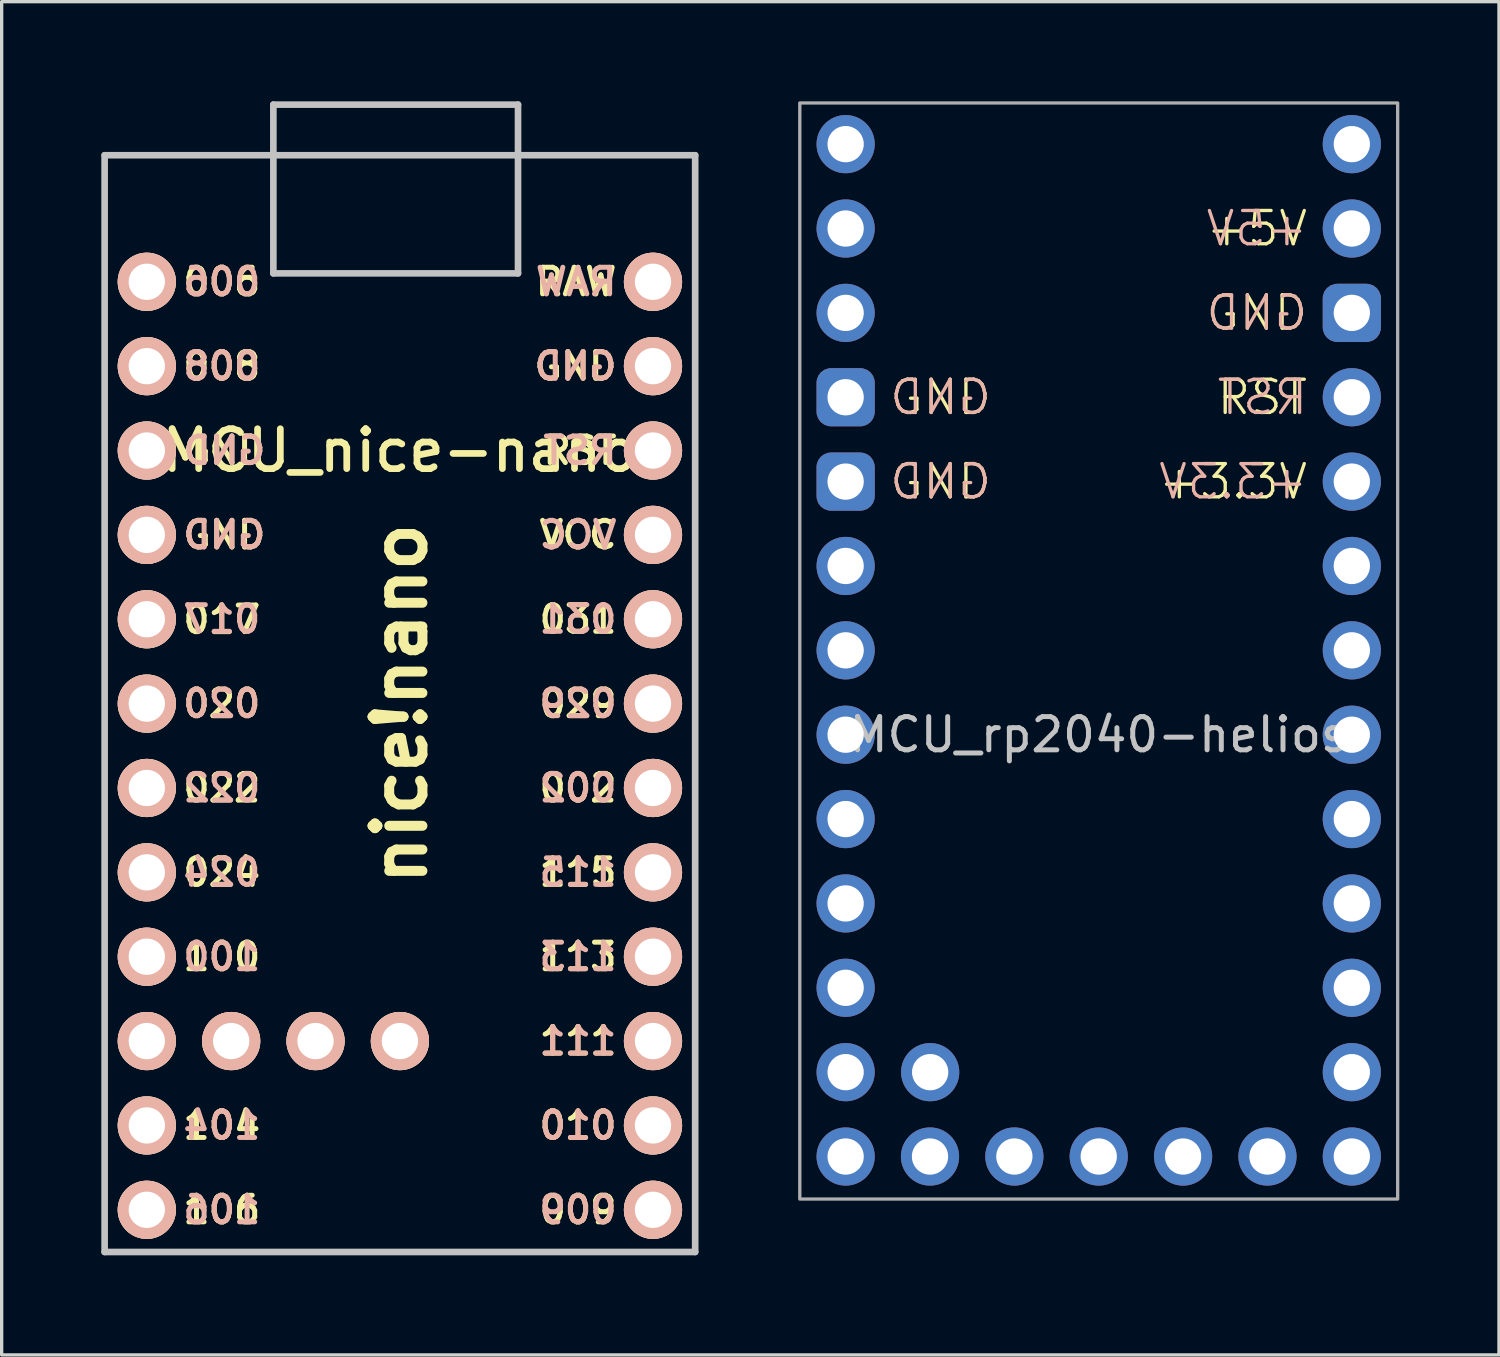
<source format=kicad_pcb>
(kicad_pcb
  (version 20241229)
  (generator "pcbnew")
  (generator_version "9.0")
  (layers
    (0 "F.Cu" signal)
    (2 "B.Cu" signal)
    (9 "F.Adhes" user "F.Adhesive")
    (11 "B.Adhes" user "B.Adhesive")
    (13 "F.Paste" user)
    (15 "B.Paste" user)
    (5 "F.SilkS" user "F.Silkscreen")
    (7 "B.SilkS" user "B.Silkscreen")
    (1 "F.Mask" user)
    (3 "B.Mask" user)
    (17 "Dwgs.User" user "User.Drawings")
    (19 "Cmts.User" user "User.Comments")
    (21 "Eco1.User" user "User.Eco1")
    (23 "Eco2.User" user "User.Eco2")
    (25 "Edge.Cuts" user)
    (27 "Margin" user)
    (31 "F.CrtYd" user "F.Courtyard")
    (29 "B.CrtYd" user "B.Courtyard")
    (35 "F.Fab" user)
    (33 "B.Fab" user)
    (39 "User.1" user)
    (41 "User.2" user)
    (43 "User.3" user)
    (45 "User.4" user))
  (footprint "MCU_rp2040-helios"
    (layer "F.Cu")
    (at 30.03 17.8)
    (property "Reference" "MCU_rp2040-helios" (at 0 1.27 0) (layer "Dwgs.User") (effects (font (size 1 1) (thickness 0.15))))
    (fp_rect (start -9 -17.75) (end 9 15.25) (stroke (width 0.1) (type default)) (fill no) (layer "F.Fab"))
    (fp_text user "+3.3V" (at 6.35 -6.35 0) (unlocked yes) (layer "F.SilkS") (effects (font (size 1 1) (thickness 0.1)) (justify right)))
    (fp_text user "GND" (at -6.35 -6.35 0) (unlocked yes) (layer "F.SilkS") (effects (font (size 1 1) (thickness 0.1)) (justify left)))
    (fp_text user "+5V" (at 6.35 -13.97 0) (unlocked yes) (layer "F.SilkS") (effects (font (size 1 1) (thickness 0.1)) (justify right)))
    (fp_text user "GND" (at -6.35 -8.89 0) (unlocked yes) (layer "F.SilkS") (effects (font (size 1 1) (thickness 0.1)) (justify left)))
    (fp_text user "GND" (at 6.35 -11.43 0) (unlocked yes) (layer "F.SilkS") (effects (font (size 1 1) (thickness 0.1)) (justify right)))
    (fp_text user "RST" (at 6.35 -8.89 0) (unlocked yes) (layer "F.SilkS") (effects (font (size 1 1) (thickness 0.1)) (justify right)))
    (fp_text user "RST" (at 6.35 -8.89 0) (unlocked yes) (layer "B.SilkS") (effects (font (size 1 1) (thickness 0.1)) (justify left mirror)))
    (fp_text user "+3.3V" (at 6.35 -6.35 0) (unlocked yes) (layer "B.SilkS") (effects (font (size 1 1) (thickness 0.1)) (justify left mirror)))
    (fp_text user "GND" (at 6.35 -11.43 0) (unlocked yes) (layer "B.SilkS") (effects (font (size 1 1) (thickness 0.1)) (justify left mirror)))
    (fp_text user "+5V" (at 6.35 -13.97 0) (unlocked yes) (layer "B.SilkS") (effects (font (size 1 1) (thickness 0.1)) (justify left mirror)))
    (fp_text user "GND" (at -6.35 -8.89 0) (unlocked yes) (layer "B.SilkS") (effects (font (size 1 1) (thickness 0.1)) (justify right mirror)))
    (fp_text user "GND" (at -6.35 -6.35 0) (unlocked yes) (layer "B.SilkS") (effects (font (size 1 1) (thickness 0.1)) (justify right mirror)))
    (pad "1" thru_hole circle (at -7.62 -16.51 270) (size 1.753 1.753) (drill 1.092) (layers "*.Cu" "*.Mask"))
    (pad "2" thru_hole circle (at -7.62 -13.97 270) (size 1.753 1.753) (drill 1.092) (layers "*.Cu" "*.Mask"))
    (pad "3" thru_hole circle (at -7.62 -11.43 270) (size 1.753 1.753) (drill 1.092) (layers "*.Cu" "*.Mask"))
    (pad "4" thru_hole roundrect (at -7.62 -8.89 270) (size 1.753 1.753) (drill 1.092) (layers "*.Cu" "*.Mask") (roundrect_rratio 0.25))
    (pad "5" thru_hole roundrect (at -7.62 -6.35 270) (size 1.753 1.753) (drill 1.092) (layers "*.Cu" "*.Mask") (roundrect_rratio 0.25))
    (pad "6" thru_hole circle (at -7.62 -3.81 270) (size 1.753 1.753) (drill 1.092) (layers "*.Cu" "*.Mask"))
    (pad "7" thru_hole circle (at -7.62 -1.27 270) (size 1.753 1.753) (drill 1.092) (layers "*.Cu" "*.Mask"))
    (pad "8" thru_hole circle (at -7.62 1.27 270) (size 1.753 1.753) (drill 1.092) (layers "*.Cu" "*.Mask"))
    (pad "9" thru_hole circle (at -7.62 3.81 270) (size 1.753 1.753) (drill 1.092) (layers "*.Cu" "*.Mask"))
    (pad "10" thru_hole circle (at -7.62 6.35 270) (size 1.753 1.753) (drill 1.092) (layers "*.Cu" "*.Mask"))
    (pad "11" thru_hole circle (at -7.62 8.89 270) (size 1.753 1.753) (drill 1.092) (layers "*.Cu" "*.Mask"))
    (pad "12" thru_hole circle (at -7.62 11.43 270) (size 1.753 1.753) (drill 1.092) (layers "*.Cu" "*.Mask"))
    (pad "13" thru_hole circle (at -7.62 13.97 270) (size 1.753 1.753) (drill 1.092) (layers "*.Cu" "*.Mask"))
    (pad "14" thru_hole circle (at -5.08 13.97 270) (size 1.753 1.753) (drill 1.092) (layers "*.Cu" "*.Mask"))
    (pad "15" thru_hole circle (at -2.54 13.97 270) (size 1.753 1.753) (drill 1.092) (layers "*.Cu" "*.Mask"))
    (pad "16" thru_hole circle (at 0 13.97 270) (size 1.753 1.753) (drill 1.092) (layers "*.Cu" "*.Mask"))
    (pad "17" thru_hole circle (at 2.54 13.97 270) (size 1.753 1.753) (drill 1.092) (layers "*.Cu" "*.Mask"))
    (pad "18" thru_hole circle (at 5.08 13.97 270) (size 1.753 1.753) (drill 1.092) (layers "*.Cu" "*.Mask"))
    (pad "19" thru_hole circle (at 7.62 13.97 270) (size 1.753 1.753) (drill 1.092) (layers "*.Cu" "*.Mask"))
    (pad "20" thru_hole circle (at 7.62 11.43 270) (size 1.753 1.753) (drill 1.092) (layers "*.Cu" "*.Mask"))
    (pad "21" thru_hole circle (at 7.62 8.89 270) (size 1.753 1.753) (drill 1.092) (layers "*.Cu" "*.Mask"))
    (pad "22" thru_hole circle (at 7.62 6.35 270) (size 1.753 1.753) (drill 1.092) (layers "*.Cu" "*.Mask"))
    (pad "23" thru_hole circle (at 7.62 3.81 270) (size 1.753 1.753) (drill 1.092) (layers "*.Cu" "*.Mask"))
    (pad "24" thru_hole circle (at 7.62 1.27 270) (size 1.753 1.753) (drill 1.092) (layers "*.Cu" "*.Mask"))
    (pad "25" thru_hole circle (at 7.62 -1.27 270) (size 1.753 1.753) (drill 1.092) (layers "*.Cu" "*.Mask"))
    (pad "26" thru_hole circle (at 7.62 -3.81 270) (size 1.753 1.753) (drill 1.092) (layers "*.Cu" "*.Mask"))
    (pad "27" thru_hole circle (at 7.62 -6.35 270) (size 1.753 1.753) (drill 1.092) (layers "*.Cu" "*.Mask"))
    (pad "28" thru_hole circle (at 7.62 -8.89 270) (size 1.753 1.753) (drill 1.092) (layers "*.Cu" "*.Mask"))
    (pad "29" thru_hole roundrect (at 7.62 -11.43 270) (size 1.753 1.753) (drill 1.092) (layers "*.Cu" "*.Mask") (roundrect_rratio 0.25))
    (pad "30" thru_hole circle (at 7.62 -13.97 270) (size 1.753 1.753) (drill 1.092) (layers "*.Cu" "*.Mask"))
    (pad "31" thru_hole circle (at 7.62 -16.51 270) (size 1.753 1.753) (drill 1.092) (layers "*.Cu" "*.Mask"))
    (pad "32" thru_hole circle (at -5.075 11.43 270) (size 1.753 1.753) (drill 1.092) (layers "*.Cu" "*.Mask")))
  (footprint "MCU_nice-nano"
    (layer "F.Cu")
    (at 8.99 18.134)
    (property "Reference" "MCU_nice-nano" (at 0 -7.62 0) (layer "F.SilkS") (effects (font (size 1.2 1.2) (thickness 0.203))))
    (attr through_hole)
    (fp_line (start -8.89 -16.51) (end -8.89 16.51) (stroke (width 0.2) (type solid)) (layer "Dwgs.User"))
    (fp_line (start -8.89 16.51) (end 8.89 16.51) (stroke (width 0.2) (type solid)) (layer "Dwgs.User"))
    (fp_line (start -3.81 -18.034) (end 3.556 -18.034) (stroke (width 0.2) (type solid)) (layer "Dwgs.User"))
    (fp_line (start -3.81 -12.954) (end -3.81 -18.034) (stroke (width 0.2) (type solid)) (layer "Dwgs.User"))
    (fp_line (start 3.556 -18.034) (end 3.556 -12.954) (stroke (width 0.2) (type solid)) (layer "Dwgs.User"))
    (fp_line (start 3.556 -12.954) (end -3.81 -12.954) (stroke (width 0.2) (type solid)) (layer "Dwgs.User"))
    (fp_line (start 8.89 -16.51) (end -8.89 -16.51) (stroke (width 0.2) (type solid)) (layer "Dwgs.User"))
    (fp_line (start 8.89 16.51) (end 8.89 -16.51) (stroke (width 0.2) (type solid)) (layer "Dwgs.User"))
    (fp_line (start 8.89 16.51) (end 8.89 -16.51) (stroke (width 0.2) (type solid)) (layer "Eco1.User"))
    (fp_text user "031" (at 6.604 -2.54 0) (layer "F.SilkS") (effects (font (size 0.8 0.8) (thickness 0.15)) (justify right)))
    (fp_text user "GND" (at -6.604 -7.62 0) (layer "F.SilkS") (effects (font (size 0.8 0.8) (thickness 0.15)) (justify left)))
    (fp_text user "009" (at 6.604 15.24 0) (layer "F.SilkS") (effects (font (size 0.8 0.8) (thickness 0.15)) (justify right)))
    (fp_text user "nice!nano" (at 0 0 90) (layer "F.SilkS") (effects (font (size 1.5 1.5) (thickness 0.3))))
    (fp_text user "010" (at 6.604 12.7 0) (layer "F.SilkS") (effects (font (size 0.8 0.8) (thickness 0.15)) (justify right)))
    (fp_text user "115" (at 6.604 5.08 0) (layer "F.SilkS") (effects (font (size 0.8 0.8) (thickness 0.15)) (justify right)))
    (fp_text user "006" (at -6.604 -12.7 0) (layer "F.SilkS") (effects (font (size 0.8 0.8) (thickness 0.15)) (justify left)))
    (fp_text user "024" (at -6.604 5.08 0) (layer "F.SilkS") (effects (font (size 0.8 0.8) (thickness 0.15)) (justify left)))
    (fp_text user "002" (at 6.604 2.54 0) (layer "F.SilkS") (effects (font (size 0.8 0.8) (thickness 0.15)) (justify right)))
    (fp_text user "100" (at -6.604 7.62 0) (layer "F.SilkS") (effects (font (size 0.8 0.8) (thickness 0.15)) (justify left)))
    (fp_text user "GND" (at 6.604 -10.16 0) (layer "F.SilkS") (effects (font (size 0.8 0.8) (thickness 0.15)) (justify right)))
    (fp_text user "GND" (at -6.604 -5.08 0) (layer "F.SilkS") (effects (font (size 0.8 0.8) (thickness 0.15)) (justify left)))
    (fp_text user "008" (at -6.604 -10.16 0) (layer "F.SilkS") (effects (font (size 0.8 0.8) (thickness 0.15)) (justify left)))
    (fp_text user "017" (at -6.604 -2.53 0) (layer "F.SilkS") (effects (font (size 0.8 0.8) (thickness 0.15)) (justify left)))
    (fp_text user "RST" (at 6.604 -7.62 0) (layer "F.SilkS") (effects (font (size 0.8 0.8) (thickness 0.15)) (justify right)))
    (fp_text user "020" (at -6.604 0 0) (layer "F.SilkS") (effects (font (size 0.8 0.8) (thickness 0.15)) (justify left)))
    (fp_text user "029" (at 6.604 0 0) (layer "F.SilkS") (effects (font (size 0.8 0.8) (thickness 0.15)) (justify right)))
    (fp_text user "106" (at -6.604 15.24 0) (layer "F.SilkS") (effects (font (size 0.8 0.8) (thickness 0.15)) (justify left)))
    (fp_text user "022" (at -6.604 2.54 0) (layer "F.SilkS") (effects (font (size 0.8 0.8) (thickness 0.15)) (justify left)))
    (fp_text user "111" (at 6.604 10.16 0) (layer "F.SilkS") (effects (font (size 0.8 0.8) (thickness 0.15)) (justify right)))
    (fp_text user "104" (at -6.604 12.7 0) (layer "F.SilkS") (effects (font (size 0.8 0.8) (thickness 0.15)) (justify left)))
    (fp_text user "VCC" (at 6.604 -5.08 0) (layer "F.SilkS") (effects (font (size 0.8 0.8) (thickness 0.15)) (justify right)))
    (fp_text user "113" (at 6.604 7.62 0) (layer "F.SilkS") (effects (font (size 0.8 0.8) (thickness 0.15)) (justify right)))
    (fp_text user "RAW" (at 6.604 -12.7 0) (layer "F.SilkS") (effects (font (size 0.8 0.8) (thickness 0.15)) (justify right)))
    (fp_text user "GND" (at 6.604 -10.16 0) (layer "B.SilkS") (effects (font (size 0.8 0.8) (thickness 0.15)) (justify left mirror)))
    (fp_text user "113" (at 6.604 7.62 0) (layer "B.SilkS") (effects (font (size 0.8 0.8) (thickness 0.15)) (justify left mirror)))
    (fp_text user "111" (at 6.604 10.16 0) (layer "B.SilkS") (effects (font (size 0.8 0.8) (thickness 0.15)) (justify left mirror)))
    (fp_text user "002" (at 6.604 2.54 0) (layer "B.SilkS") (effects (font (size 0.8 0.8) (thickness 0.15)) (justify left mirror)))
    (fp_text user "031" (at 6.604 -2.54 0) (layer "B.SilkS") (effects (font (size 0.8 0.8) (thickness 0.15)) (justify left mirror)))
    (fp_text user "106" (at -6.604 15.24 0) (layer "B.SilkS") (effects (font (size 0.8 0.8) (thickness 0.15)) (justify right mirror)))
    (fp_text user "022" (at -6.604 2.54 0) (layer "B.SilkS") (effects (font (size 0.8 0.8) (thickness 0.15)) (justify right mirror)))
    (fp_text user "GND" (at -6.604 -5.08 0) (layer "B.SilkS") (effects (font (size 0.8 0.8) (thickness 0.15)) (justify right mirror)))
    (fp_text user "VCC" (at 6.604 -5.08 0) (layer "B.SilkS") (effects (font (size 0.8 0.8) (thickness 0.15)) (justify left mirror)))
    (fp_text user "008" (at -6.604 -10.16 0) (layer "B.SilkS") (effects (font (size 0.8 0.8) (thickness 0.15)) (justify right mirror)))
    (fp_text user "100" (at -6.604 7.62 0) (layer "B.SilkS") (effects (font (size 0.8 0.8) (thickness 0.15)) (justify right mirror)))
    (fp_text user "RAW" (at 6.604 -12.7 0) (layer "B.SilkS") (effects (font (size 0.8 0.8) (thickness 0.15)) (justify left mirror)))
    (fp_text user "020" (at -6.604 0 0) (layer "B.SilkS") (effects (font (size 0.8 0.8) (thickness 0.15)) (justify right mirror)))
    (fp_text user "RST" (at 6.604 -7.62 0) (layer "B.SilkS") (effects (font (size 0.8 0.8) (thickness 0.15)) (justify left mirror)))
    (fp_text user "024" (at -6.604 5.08 0) (layer "B.SilkS") (effects (font (size 0.8 0.8) (thickness 0.15)) (justify right mirror)))
    (fp_text user "017" (at -6.604 -2.54 0) (layer "B.SilkS") (effects (font (size 0.8 0.8) (thickness 0.15)) (justify right mirror)))
    (fp_text user "009" (at 6.604 15.24 0) (layer "B.SilkS") (effects (font (size 0.8 0.8) (thickness 0.15)) (justify left mirror)))
    (fp_text user "104" (at -6.604 12.7 0) (layer "B.SilkS") (effects (font (size 0.8 0.8) (thickness 0.15)) (justify right mirror)))
    (fp_text user "006" (at -6.604 -12.7 0) (layer "B.SilkS") (effects (font (size 0.8 0.8) (thickness 0.15)) (justify right mirror)))
    (fp_text user "029" (at 6.604 0 0) (layer "B.SilkS") (effects (font (size 0.8 0.8) (thickness 0.15)) (justify left mirror)))
    (fp_text user "115" (at 6.604 5.08 0) (layer "B.SilkS") (effects (font (size 0.8 0.8) (thickness 0.15)) (justify left mirror)))
    (fp_text user "GND" (at -6.604 -7.62 0) (layer "B.SilkS") (effects (font (size 0.8 0.8) (thickness 0.15)) (justify right mirror)))
    (fp_text user "010" (at 6.604 12.7 0) (layer "B.SilkS") (effects (font (size 0.8 0.8) (thickness 0.15)) (justify left mirror)))
    (pad "1" thru_hole circle (at -7.62 -12.7 270) (size 1.753 1.753) (drill 1.092) (layers "*.Cu" "*.SilkS" "*.Mask"))
    (pad "2" thru_hole circle (at -7.62 -10.16 270) (size 1.753 1.753) (drill 1.092) (layers "*.Cu" "*.SilkS" "*.Mask"))
    (pad "3" thru_hole circle (at -7.62 -7.62 270) (size 1.753 1.753) (drill 1.092) (layers "*.Cu" "*.SilkS" "*.Mask"))
    (pad "4" thru_hole circle (at -7.62 -5.08 270) (size 1.753 1.753) (drill 1.092) (layers "*.Cu" "*.SilkS" "*.Mask"))
    (pad "5" thru_hole circle (at -7.62 -2.54 270) (size 1.753 1.753) (drill 1.092) (layers "*.Cu" "*.SilkS" "*.Mask"))
    (pad "6" thru_hole circle (at -7.62 0 270) (size 1.753 1.753) (drill 1.092) (layers "*.Cu" "*.SilkS" "*.Mask"))
    (pad "7" thru_hole circle (at -7.62 2.54 270) (size 1.753 1.753) (drill 1.092) (layers "*.Cu" "*.SilkS" "*.Mask"))
    (pad "8" thru_hole circle (at -7.62 5.08 270) (size 1.753 1.753) (drill 1.092) (layers "*.Cu" "*.SilkS" "*.Mask"))
    (pad "9" thru_hole circle (at -7.62 7.62 270) (size 1.753 1.753) (drill 1.092) (layers "*.Cu" "*.SilkS" "*.Mask"))
    (pad "10" thru_hole circle (at -7.62 10.16 270) (size 1.753 1.753) (drill 1.092) (layers "*.Cu" "*.SilkS" "*.Mask"))
    (pad "11" thru_hole circle (at -7.62 12.7 270) (size 1.753 1.753) (drill 1.092) (layers "*.Cu" "*.SilkS" "*.Mask"))
    (pad "12" thru_hole circle (at -7.62 15.24 270) (size 1.753 1.753) (drill 1.092) (layers "*.Cu" "*.SilkS" "*.Mask"))
    (pad "13" thru_hole circle (at 7.62 15.24 270) (size 1.753 1.753) (drill 1.092) (layers "*.Cu" "*.SilkS" "*.Mask"))
    (pad "14" thru_hole circle (at 7.62 12.7 270) (size 1.753 1.753) (drill 1.092) (layers "*.Cu" "*.SilkS" "*.Mask"))
    (pad "15" thru_hole circle (at 7.62 10.16 270) (size 1.753 1.753) (drill 1.092) (layers "*.Cu" "*.SilkS" "*.Mask"))
    (pad "16" thru_hole circle (at 7.62 7.62 270) (size 1.753 1.753) (drill 1.092) (layers "*.Cu" "*.SilkS" "*.Mask"))
    (pad "17" thru_hole circle (at 7.62 5.08 270) (size 1.753 1.753) (drill 1.092) (layers "*.Cu" "*.SilkS" "*.Mask"))
    (pad "18" thru_hole circle (at 7.62 2.54 270) (size 1.753 1.753) (drill 1.092) (layers "*.Cu" "*.SilkS" "*.Mask"))
    (pad "19" thru_hole circle (at 7.62 0 270) (size 1.753 1.753) (drill 1.092) (layers "*.Cu" "*.SilkS" "*.Mask"))
    (pad "20" thru_hole circle (at 7.62 -2.54 270) (size 1.753 1.753) (drill 1.092) (layers "*.Cu" "*.SilkS" "*.Mask"))
    (pad "21" thru_hole circle (at 7.62 -5.08 270) (size 1.753 1.753) (drill 1.092) (layers "*.Cu" "*.SilkS" "*.Mask"))
    (pad "22" thru_hole circle (at 7.62 -7.62 270) (size 1.753 1.753) (drill 1.092) (layers "*.Cu" "*.SilkS" "*.Mask"))
    (pad "23" thru_hole circle (at 7.62 -10.16 270) (size 1.753 1.753) (drill 1.092) (layers "*.Cu" "*.SilkS" "*.Mask"))
    (pad "24" thru_hole circle (at 7.62 -12.7 270) (size 1.753 1.753) (drill 1.092) (layers "*.Cu" "*.SilkS" "*.Mask"))
    (pad "31" thru_hole circle (at -5.08 10.16 270) (size 1.753 1.753) (drill 1.092) (layers "*.Cu" "*.SilkS" "*.Mask"))
    (pad "32" thru_hole circle (at -2.54 10.16 270) (size 1.753 1.753) (drill 1.092) (layers "*.Cu" "*.SilkS" "*.Mask"))
    (pad "33" thru_hole circle (at 0 10.16 270) (size 1.753 1.753) (drill 1.092) (layers "*.Cu" "*.SilkS" "*.Mask")))
  (gr_rect
    (start -3 -3)
    (end 42.08 37.744)
    (stroke (width 0.1) (type default))
    (fill no)
    (layer "Edge.Cuts")))
</source>
